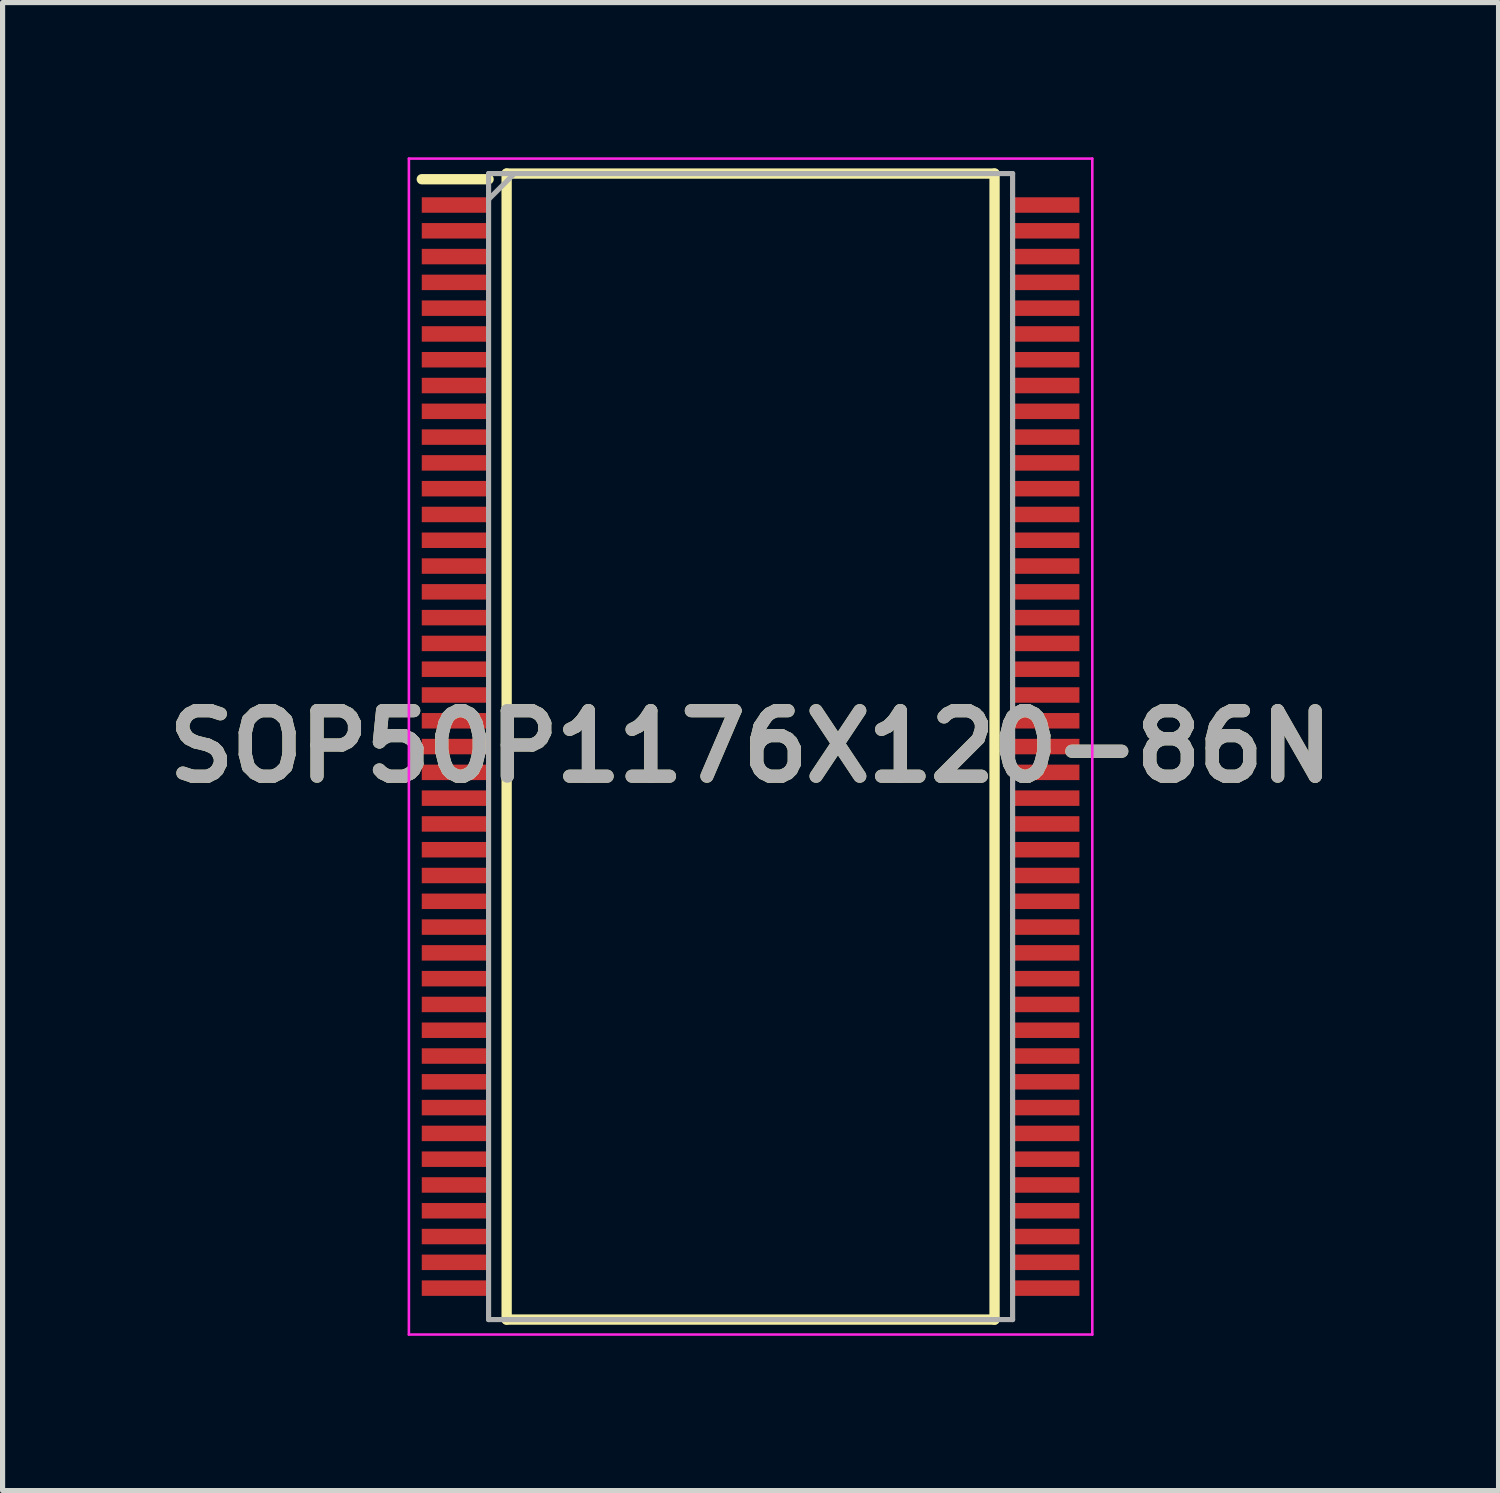
<source format=kicad_pcb>
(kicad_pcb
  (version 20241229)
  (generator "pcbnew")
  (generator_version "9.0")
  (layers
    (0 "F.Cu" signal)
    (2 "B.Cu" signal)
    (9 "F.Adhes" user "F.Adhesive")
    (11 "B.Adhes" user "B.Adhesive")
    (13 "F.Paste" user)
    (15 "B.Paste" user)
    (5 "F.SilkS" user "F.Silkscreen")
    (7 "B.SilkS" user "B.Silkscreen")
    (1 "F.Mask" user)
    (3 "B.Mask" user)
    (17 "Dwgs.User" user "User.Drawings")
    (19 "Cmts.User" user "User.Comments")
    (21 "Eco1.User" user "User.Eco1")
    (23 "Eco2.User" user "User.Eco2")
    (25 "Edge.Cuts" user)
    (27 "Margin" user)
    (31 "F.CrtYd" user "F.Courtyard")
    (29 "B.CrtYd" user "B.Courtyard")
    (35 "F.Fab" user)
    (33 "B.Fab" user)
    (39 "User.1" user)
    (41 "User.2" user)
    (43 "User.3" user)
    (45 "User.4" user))
  (footprint "SOP50P1176X120-86N"
    (layer "F.Cu")
    (at 11.503 11.425)
    (property "Reference" "SOP50P1176X120-86N" (at 0 0 0) (layer "F.SilkS") (effects (font (size 1.27 1.27) (thickness 0.254))))
    (attr smd)
    (fp_line (start -6.375 -11) (end -5.08 -11) (stroke (width 0.2) (type solid)) (layer "F.SilkS"))
    (fp_line (start -4.73 -11.11) (end 4.73 -11.11) (stroke (width 0.2) (type solid)) (layer "F.SilkS"))
    (fp_line (start -4.73 11.11) (end -4.73 -11.11) (stroke (width 0.2) (type solid)) (layer "F.SilkS"))
    (fp_line (start 4.73 -11.11) (end 4.73 11.11) (stroke (width 0.2) (type solid)) (layer "F.SilkS"))
    (fp_line (start 4.73 11.11) (end -4.73 11.11) (stroke (width 0.2) (type solid)) (layer "F.SilkS"))
    (fp_line (start -6.625 -11.4) (end 6.625 -11.4) (stroke (width 0.05) (type solid)) (layer "F.CrtYd"))
    (fp_line (start -6.625 11.4) (end -6.625 -11.4) (stroke (width 0.05) (type solid)) (layer "F.CrtYd"))
    (fp_line (start 6.625 -11.4) (end 6.625 11.4) (stroke (width 0.05) (type solid)) (layer "F.CrtYd"))
    (fp_line (start 6.625 11.4) (end -6.625 11.4) (stroke (width 0.05) (type solid)) (layer "F.CrtYd"))
    (fp_line (start -5.08 -11.11) (end 5.08 -11.11) (stroke (width 0.1) (type solid)) (layer "F.Fab"))
    (fp_line (start -5.08 -10.61) (end -4.58 -11.11) (stroke (width 0.1) (type solid)) (layer "F.Fab"))
    (fp_line (start -5.08 11.11) (end -5.08 -11.11) (stroke (width 0.1) (type solid)) (layer "F.Fab"))
    (fp_line (start 5.08 -11.11) (end 5.08 11.11) (stroke (width 0.1) (type solid)) (layer "F.Fab"))
    (fp_line (start 5.08 11.11) (end -5.08 11.11) (stroke (width 0.1) (type solid)) (layer "F.Fab"))
    (fp_text user "${REFERENCE}" (at 0 0 0) (layer "F.Fab") (effects (font (size 1.27 1.27) (thickness 0.254))))
    (pad "1" smd rect (at -5.728 -10.5 90) (size 0.3 1.295) (layers "F.Cu" "F.Mask" "F.Paste"))
    (pad "2" smd rect (at -5.728 -10 90) (size 0.3 1.295) (layers "F.Cu" "F.Mask" "F.Paste"))
    (pad "3" smd rect (at -5.728 -9.5 90) (size 0.3 1.295) (layers "F.Cu" "F.Mask" "F.Paste"))
    (pad "4" smd rect (at -5.728 -9 90) (size 0.3 1.295) (layers "F.Cu" "F.Mask" "F.Paste"))
    (pad "5" smd rect (at -5.728 -8.5 90) (size 0.3 1.295) (layers "F.Cu" "F.Mask" "F.Paste"))
    (pad "6" smd rect (at -5.728 -8 90) (size 0.3 1.295) (layers "F.Cu" "F.Mask" "F.Paste"))
    (pad "7" smd rect (at -5.728 -7.5 90) (size 0.3 1.295) (layers "F.Cu" "F.Mask" "F.Paste"))
    (pad "8" smd rect (at -5.728 -7 90) (size 0.3 1.295) (layers "F.Cu" "F.Mask" "F.Paste"))
    (pad "9" smd rect (at -5.728 -6.5 90) (size 0.3 1.295) (layers "F.Cu" "F.Mask" "F.Paste"))
    (pad "10" smd rect (at -5.728 -6 90) (size 0.3 1.295) (layers "F.Cu" "F.Mask" "F.Paste"))
    (pad "11" smd rect (at -5.728 -5.5 90) (size 0.3 1.295) (layers "F.Cu" "F.Mask" "F.Paste"))
    (pad "12" smd rect (at -5.728 -5 90) (size 0.3 1.295) (layers "F.Cu" "F.Mask" "F.Paste"))
    (pad "13" smd rect (at -5.728 -4.5 90) (size 0.3 1.295) (layers "F.Cu" "F.Mask" "F.Paste"))
    (pad "14" smd rect (at -5.728 -4 90) (size 0.3 1.295) (layers "F.Cu" "F.Mask" "F.Paste"))
    (pad "15" smd rect (at -5.728 -3.5 90) (size 0.3 1.295) (layers "F.Cu" "F.Mask" "F.Paste"))
    (pad "16" smd rect (at -5.728 -3 90) (size 0.3 1.295) (layers "F.Cu" "F.Mask" "F.Paste"))
    (pad "17" smd rect (at -5.728 -2.5 90) (size 0.3 1.295) (layers "F.Cu" "F.Mask" "F.Paste"))
    (pad "18" smd rect (at -5.728 -2 90) (size 0.3 1.295) (layers "F.Cu" "F.Mask" "F.Paste"))
    (pad "19" smd rect (at -5.728 -1.5 90) (size 0.3 1.295) (layers "F.Cu" "F.Mask" "F.Paste"))
    (pad "20" smd rect (at -5.728 -1 90) (size 0.3 1.295) (layers "F.Cu" "F.Mask" "F.Paste"))
    (pad "21" smd rect (at -5.728 -0.5 90) (size 0.3 1.295) (layers "F.Cu" "F.Mask" "F.Paste"))
    (pad "22" smd rect (at -5.728 0 90) (size 0.3 1.295) (layers "F.Cu" "F.Mask" "F.Paste"))
    (pad "23" smd rect (at -5.728 0.5 90) (size 0.3 1.295) (layers "F.Cu" "F.Mask" "F.Paste"))
    (pad "24" smd rect (at -5.728 1 90) (size 0.3 1.295) (layers "F.Cu" "F.Mask" "F.Paste"))
    (pad "25" smd rect (at -5.728 1.5 90) (size 0.3 1.295) (layers "F.Cu" "F.Mask" "F.Paste"))
    (pad "26" smd rect (at -5.728 2 90) (size 0.3 1.295) (layers "F.Cu" "F.Mask" "F.Paste"))
    (pad "27" smd rect (at -5.728 2.5 90) (size 0.3 1.295) (layers "F.Cu" "F.Mask" "F.Paste"))
    (pad "28" smd rect (at -5.728 3 90) (size 0.3 1.295) (layers "F.Cu" "F.Mask" "F.Paste"))
    (pad "29" smd rect (at -5.728 3.5 90) (size 0.3 1.295) (layers "F.Cu" "F.Mask" "F.Paste"))
    (pad "30" smd rect (at -5.728 4 90) (size 0.3 1.295) (layers "F.Cu" "F.Mask" "F.Paste"))
    (pad "31" smd rect (at -5.728 4.5 90) (size 0.3 1.295) (layers "F.Cu" "F.Mask" "F.Paste"))
    (pad "32" smd rect (at -5.728 5 90) (size 0.3 1.295) (layers "F.Cu" "F.Mask" "F.Paste"))
    (pad "33" smd rect (at -5.728 5.5 90) (size 0.3 1.295) (layers "F.Cu" "F.Mask" "F.Paste"))
    (pad "34" smd rect (at -5.728 6 90) (size 0.3 1.295) (layers "F.Cu" "F.Mask" "F.Paste"))
    (pad "35" smd rect (at -5.728 6.5 90) (size 0.3 1.295) (layers "F.Cu" "F.Mask" "F.Paste"))
    (pad "36" smd rect (at -5.728 7 90) (size 0.3 1.295) (layers "F.Cu" "F.Mask" "F.Paste"))
    (pad "37" smd rect (at -5.728 7.5 90) (size 0.3 1.295) (layers "F.Cu" "F.Mask" "F.Paste"))
    (pad "38" smd rect (at -5.728 8 90) (size 0.3 1.295) (layers "F.Cu" "F.Mask" "F.Paste"))
    (pad "39" smd rect (at -5.728 8.5 90) (size 0.3 1.295) (layers "F.Cu" "F.Mask" "F.Paste"))
    (pad "40" smd rect (at -5.728 9 90) (size 0.3 1.295) (layers "F.Cu" "F.Mask" "F.Paste"))
    (pad "41" smd rect (at -5.728 9.5 90) (size 0.3 1.295) (layers "F.Cu" "F.Mask" "F.Paste"))
    (pad "42" smd rect (at -5.728 10 90) (size 0.3 1.295) (layers "F.Cu" "F.Mask" "F.Paste"))
    (pad "43" smd rect (at -5.728 10.5 90) (size 0.3 1.295) (layers "F.Cu" "F.Mask" "F.Paste"))
    (pad "44" smd rect (at 5.728 10.5 90) (size 0.3 1.295) (layers "F.Cu" "F.Mask" "F.Paste"))
    (pad "45" smd rect (at 5.728 10 90) (size 0.3 1.295) (layers "F.Cu" "F.Mask" "F.Paste"))
    (pad "46" smd rect (at 5.728 9.5 90) (size 0.3 1.295) (layers "F.Cu" "F.Mask" "F.Paste"))
    (pad "47" smd rect (at 5.728 9 90) (size 0.3 1.295) (layers "F.Cu" "F.Mask" "F.Paste"))
    (pad "48" smd rect (at 5.728 8.5 90) (size 0.3 1.295) (layers "F.Cu" "F.Mask" "F.Paste"))
    (pad "49" smd rect (at 5.728 8 90) (size 0.3 1.295) (layers "F.Cu" "F.Mask" "F.Paste"))
    (pad "50" smd rect (at 5.728 7.5 90) (size 0.3 1.295) (layers "F.Cu" "F.Mask" "F.Paste"))
    (pad "51" smd rect (at 5.728 7 90) (size 0.3 1.295) (layers "F.Cu" "F.Mask" "F.Paste"))
    (pad "52" smd rect (at 5.728 6.5 90) (size 0.3 1.295) (layers "F.Cu" "F.Mask" "F.Paste"))
    (pad "53" smd rect (at 5.728 6 90) (size 0.3 1.295) (layers "F.Cu" "F.Mask" "F.Paste"))
    (pad "54" smd rect (at 5.728 5.5 90) (size 0.3 1.295) (layers "F.Cu" "F.Mask" "F.Paste"))
    (pad "55" smd rect (at 5.728 5 90) (size 0.3 1.295) (layers "F.Cu" "F.Mask" "F.Paste"))
    (pad "56" smd rect (at 5.728 4.5 90) (size 0.3 1.295) (layers "F.Cu" "F.Mask" "F.Paste"))
    (pad "57" smd rect (at 5.728 4 90) (size 0.3 1.295) (layers "F.Cu" "F.Mask" "F.Paste"))
    (pad "58" smd rect (at 5.728 3.5 90) (size 0.3 1.295) (layers "F.Cu" "F.Mask" "F.Paste"))
    (pad "59" smd rect (at 5.728 3 90) (size 0.3 1.295) (layers "F.Cu" "F.Mask" "F.Paste"))
    (pad "60" smd rect (at 5.728 2.5 90) (size 0.3 1.295) (layers "F.Cu" "F.Mask" "F.Paste"))
    (pad "61" smd rect (at 5.728 2 90) (size 0.3 1.295) (layers "F.Cu" "F.Mask" "F.Paste"))
    (pad "62" smd rect (at 5.728 1.5 90) (size 0.3 1.295) (layers "F.Cu" "F.Mask" "F.Paste"))
    (pad "63" smd rect (at 5.728 1 90) (size 0.3 1.295) (layers "F.Cu" "F.Mask" "F.Paste"))
    (pad "64" smd rect (at 5.728 0.5 90) (size 0.3 1.295) (layers "F.Cu" "F.Mask" "F.Paste"))
    (pad "65" smd rect (at 5.728 0 90) (size 0.3 1.295) (layers "F.Cu" "F.Mask" "F.Paste"))
    (pad "66" smd rect (at 5.728 -0.5 90) (size 0.3 1.295) (layers "F.Cu" "F.Mask" "F.Paste"))
    (pad "67" smd rect (at 5.728 -1 90) (size 0.3 1.295) (layers "F.Cu" "F.Mask" "F.Paste"))
    (pad "68" smd rect (at 5.728 -1.5 90) (size 0.3 1.295) (layers "F.Cu" "F.Mask" "F.Paste"))
    (pad "69" smd rect (at 5.728 -2 90) (size 0.3 1.295) (layers "F.Cu" "F.Mask" "F.Paste"))
    (pad "70" smd rect (at 5.728 -2.5 90) (size 0.3 1.295) (layers "F.Cu" "F.Mask" "F.Paste"))
    (pad "71" smd rect (at 5.728 -3 90) (size 0.3 1.295) (layers "F.Cu" "F.Mask" "F.Paste"))
    (pad "72" smd rect (at 5.728 -3.5 90) (size 0.3 1.295) (layers "F.Cu" "F.Mask" "F.Paste"))
    (pad "73" smd rect (at 5.728 -4 90) (size 0.3 1.295) (layers "F.Cu" "F.Mask" "F.Paste"))
    (pad "74" smd rect (at 5.728 -4.5 90) (size 0.3 1.295) (layers "F.Cu" "F.Mask" "F.Paste"))
    (pad "75" smd rect (at 5.728 -5 90) (size 0.3 1.295) (layers "F.Cu" "F.Mask" "F.Paste"))
    (pad "76" smd rect (at 5.728 -5.5 90) (size 0.3 1.295) (layers "F.Cu" "F.Mask" "F.Paste"))
    (pad "77" smd rect (at 5.728 -6 90) (size 0.3 1.295) (layers "F.Cu" "F.Mask" "F.Paste"))
    (pad "78" smd rect (at 5.728 -6.5 90) (size 0.3 1.295) (layers "F.Cu" "F.Mask" "F.Paste"))
    (pad "79" smd rect (at 5.728 -7 90) (size 0.3 1.295) (layers "F.Cu" "F.Mask" "F.Paste"))
    (pad "80" smd rect (at 5.728 -7.5 90) (size 0.3 1.295) (layers "F.Cu" "F.Mask" "F.Paste"))
    (pad "81" smd rect (at 5.728 -8 90) (size 0.3 1.295) (layers "F.Cu" "F.Mask" "F.Paste"))
    (pad "82" smd rect (at 5.728 -8.5 90) (size 0.3 1.295) (layers "F.Cu" "F.Mask" "F.Paste"))
    (pad "83" smd rect (at 5.728 -9 90) (size 0.3 1.295) (layers "F.Cu" "F.Mask" "F.Paste"))
    (pad "84" smd rect (at 5.728 -9.5 90) (size 0.3 1.295) (layers "F.Cu" "F.Mask" "F.Paste"))
    (pad "85" smd rect (at 5.728 -10 90) (size 0.3 1.295) (layers "F.Cu" "F.Mask" "F.Paste"))
    (pad "86" smd rect (at 5.728 -10.5 90) (size 0.3 1.295) (layers "F.Cu" "F.Mask" "F.Paste")))
  (gr_rect
    (start -3 -3)
    (end 26.005 25.85)
    (stroke (width 0.1) (type default))
    (fill no)
    (layer "Edge.Cuts")))
</source>
